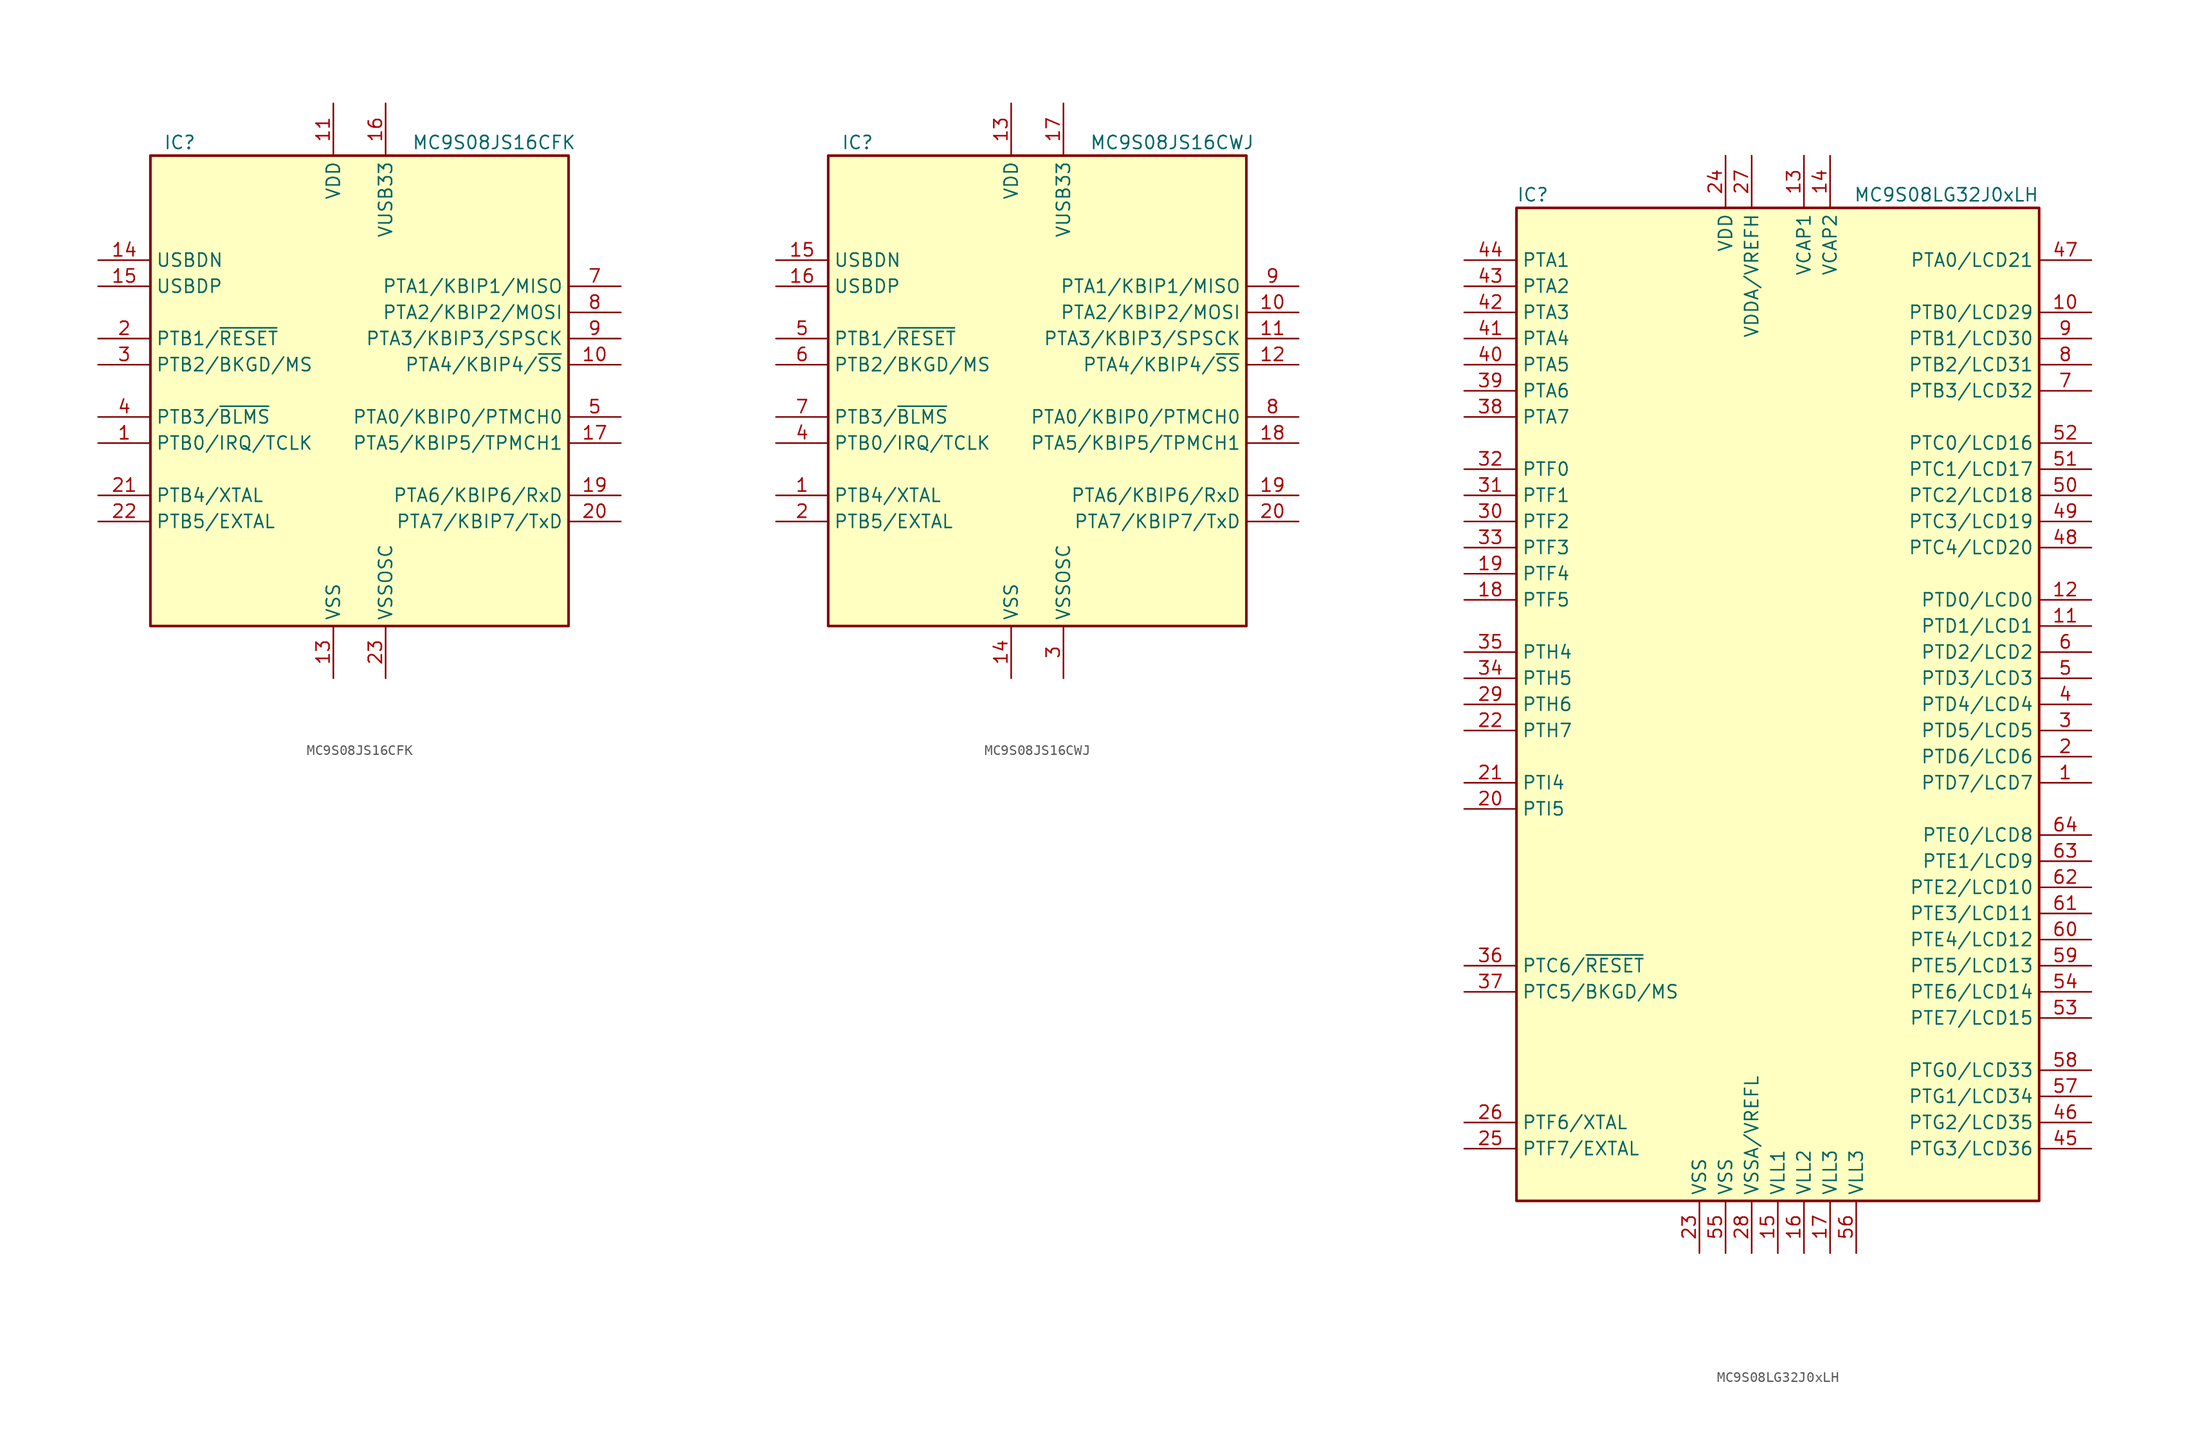
<source format=kicad_sym>
(kicad_symbol_lib
  (version 20231120)
  (generator "kicad_symbol_editor")
  (generator_version "8.0")
  (symbol "MC9S08JS16CFK"
    (property "Reference" "IC"
      (at -19.05 24.13 0)
      (effects (font (size 1.27 1.27)) (justify left)))
    (property "Value" "MC9S08JS16CFK"
      (at 5.08 24.13 0)
      (effects (font (size 1.27 1.27)) (justify left)))
    (symbol "MC9S08JS16CFK_0_1"
      (rectangle (start -20.32 22.86) (end 20.32 -22.86) (stroke (width 0.254) (type default)) (fill (type background))))
    (symbol "MC9S08JS16CFK_1_1"
      (pin bidirectional line (at -25.4 -5.08 0) (length 5.08) (name "PTB0/IRQ/TCLK" (effects (font (size 1.27 1.27)))) (number "1" (effects (font (size 1.27 1.27)))))
      (pin bidirectional line (at 25.4 2.54 180) (length 5.08) (name "PTA4/KBIP4/~{SS}" (effects (font (size 1.27 1.27)))) (number "10" (effects (font (size 1.27 1.27)))))
      (pin power_in line (at -2.54 27.94 270) (length 5.08) (name "VDD" (effects (font (size 1.27 1.27)))) (number "11" (effects (font (size 1.27 1.27)))))
      (pin power_in line (at -2.54 -27.94 90) (length 5.08) (name "VSS" (effects (font (size 1.27 1.27)))) (number "13" (effects (font (size 1.27 1.27)))))
      (pin bidirectional line (at -25.4 12.7 0) (length 5.08) (name "USBDN" (effects (font (size 1.27 1.27)))) (number "14" (effects (font (size 1.27 1.27)))))
      (pin bidirectional line (at -25.4 10.16 0) (length 5.08) (name "USBDP" (effects (font (size 1.27 1.27)))) (number "15" (effects (font (size 1.27 1.27)))))
      (pin power_out line (at 2.54 27.94 270) (length 5.08) (name "VUSB33" (effects (font (size 1.27 1.27)))) (number "16" (effects (font (size 1.27 1.27)))))
      (pin bidirectional line (at 25.4 -5.08 180) (length 5.08) (name "PTA5/KBIP5/TPMCH1" (effects (font (size 1.27 1.27)))) (number "17" (effects (font (size 1.27 1.27)))))
      (pin bidirectional line (at 25.4 -10.16 180) (length 5.08) (name "PTA6/KBIP6/RxD" (effects (font (size 1.27 1.27)))) (number "19" (effects (font (size 1.27 1.27)))))
      (pin bidirectional line (at -25.4 5.08 0) (length 5.08) (name "PTB1/~{RESET}" (effects (font (size 1.27 1.27)))) (number "2" (effects (font (size 1.27 1.27)))))
      (pin bidirectional line (at 25.4 -12.7 180) (length 5.08) (name "PTA7/KBIP7/TxD" (effects (font (size 1.27 1.27)))) (number "20" (effects (font (size 1.27 1.27)))))
      (pin bidirectional line (at -25.4 -10.16 0) (length 5.08) (name "PTB4/XTAL" (effects (font (size 1.27 1.27)))) (number "21" (effects (font (size 1.27 1.27)))))
      (pin bidirectional line (at -25.4 -12.7 0) (length 5.08) (name "PTB5/EXTAL" (effects (font (size 1.27 1.27)))) (number "22" (effects (font (size 1.27 1.27)))))
      (pin power_in line (at 2.54 -27.94 90) (length 5.08) (name "VSSOSC" (effects (font (size 1.27 1.27)))) (number "23" (effects (font (size 1.27 1.27)))))
      (pin bidirectional line (at -25.4 2.54 0) (length 5.08) (name "PTB2/BKGD/MS" (effects (font (size 1.27 1.27)))) (number "3" (effects (font (size 1.27 1.27)))))
      (pin bidirectional line (at -25.4 -2.54 0) (length 5.08) (name "PTB3/~{BLMS}" (effects (font (size 1.27 1.27)))) (number "4" (effects (font (size 1.27 1.27)))))
      (pin bidirectional line (at 25.4 -2.54 180) (length 5.08) (name "PTA0/KBIP0/PTMCH0" (effects (font (size 1.27 1.27)))) (number "5" (effects (font (size 1.27 1.27)))))
      (pin bidirectional line (at 25.4 10.16 180) (length 5.08) (name "PTA1/KBIP1/MISO" (effects (font (size 1.27 1.27)))) (number "7" (effects (font (size 1.27 1.27)))))
      (pin bidirectional line (at 25.4 7.62 180) (length 5.08) (name "PTA2/KBIP2/MOSI" (effects (font (size 1.27 1.27)))) (number "8" (effects (font (size 1.27 1.27)))))
      (pin bidirectional line (at 25.4 5.08 180) (length 5.08) (name "PTA3/KBIP3/SPSCK" (effects (font (size 1.27 1.27)))) (number "9" (effects (font (size 1.27 1.27)))))))
  (symbol "MC9S08JS16CWJ"
    (property "Reference" "IC"
      (at -19.05 24.13 0)
      (effects (font (size 1.27 1.27)) (justify left)))
    (property "Value" "MC9S08JS16CWJ"
      (at 5.08 24.13 0)
      (effects (font (size 1.27 1.27)) (justify left)))
    (symbol "MC9S08JS16CWJ_0_1"
      (rectangle (start -20.32 22.86) (end 20.32 -22.86) (stroke (width 0.254) (type default)) (fill (type background))))
    (symbol "MC9S08JS16CWJ_1_1"
      (pin bidirectional line (at -25.4 -10.16 0) (length 5.08) (name "PTB4/XTAL" (effects (font (size 1.27 1.27)))) (number "1" (effects (font (size 1.27 1.27)))))
      (pin bidirectional line (at 25.4 7.62 180) (length 5.08) (name "PTA2/KBIP2/MOSI" (effects (font (size 1.27 1.27)))) (number "10" (effects (font (size 1.27 1.27)))))
      (pin bidirectional line (at 25.4 5.08 180) (length 5.08) (name "PTA3/KBIP3/SPSCK" (effects (font (size 1.27 1.27)))) (number "11" (effects (font (size 1.27 1.27)))))
      (pin bidirectional line (at 25.4 2.54 180) (length 5.08) (name "PTA4/KBIP4/~{SS}" (effects (font (size 1.27 1.27)))) (number "12" (effects (font (size 1.27 1.27)))))
      (pin power_in line (at -2.54 27.94 270) (length 5.08) (name "VDD" (effects (font (size 1.27 1.27)))) (number "13" (effects (font (size 1.27 1.27)))))
      (pin power_in line (at -2.54 -27.94 90) (length 5.08) (name "VSS" (effects (font (size 1.27 1.27)))) (number "14" (effects (font (size 1.27 1.27)))))
      (pin bidirectional line (at -25.4 12.7 0) (length 5.08) (name "USBDN" (effects (font (size 1.27 1.27)))) (number "15" (effects (font (size 1.27 1.27)))))
      (pin bidirectional line (at -25.4 10.16 0) (length 5.08) (name "USBDP" (effects (font (size 1.27 1.27)))) (number "16" (effects (font (size 1.27 1.27)))))
      (pin power_out line (at 2.54 27.94 270) (length 5.08) (name "VUSB33" (effects (font (size 1.27 1.27)))) (number "17" (effects (font (size 1.27 1.27)))))
      (pin bidirectional line (at 25.4 -5.08 180) (length 5.08) (name "PTA5/KBIP5/TPMCH1" (effects (font (size 1.27 1.27)))) (number "18" (effects (font (size 1.27 1.27)))))
      (pin bidirectional line (at 25.4 -10.16 180) (length 5.08) (name "PTA6/KBIP6/RxD" (effects (font (size 1.27 1.27)))) (number "19" (effects (font (size 1.27 1.27)))))
      (pin bidirectional line (at -25.4 -12.7 0) (length 5.08) (name "PTB5/EXTAL" (effects (font (size 1.27 1.27)))) (number "2" (effects (font (size 1.27 1.27)))))
      (pin bidirectional line (at 25.4 -12.7 180) (length 5.08) (name "PTA7/KBIP7/TxD" (effects (font (size 1.27 1.27)))) (number "20" (effects (font (size 1.27 1.27)))))
      (pin power_in line (at 2.54 -27.94 90) (length 5.08) (name "VSSOSC" (effects (font (size 1.27 1.27)))) (number "3" (effects (font (size 1.27 1.27)))))
      (pin bidirectional line (at -25.4 -5.08 0) (length 5.08) (name "PTB0/IRQ/TCLK" (effects (font (size 1.27 1.27)))) (number "4" (effects (font (size 1.27 1.27)))))
      (pin bidirectional line (at -25.4 5.08 0) (length 5.08) (name "PTB1/~{RESET}" (effects (font (size 1.27 1.27)))) (number "5" (effects (font (size 1.27 1.27)))))
      (pin bidirectional line (at -25.4 2.54 0) (length 5.08) (name "PTB2/BKGD/MS" (effects (font (size 1.27 1.27)))) (number "6" (effects (font (size 1.27 1.27)))))
      (pin bidirectional line (at -25.4 -2.54 0) (length 5.08) (name "PTB3/~{BLMS}" (effects (font (size 1.27 1.27)))) (number "7" (effects (font (size 1.27 1.27)))))
      (pin bidirectional line (at 25.4 -2.54 180) (length 5.08) (name "PTA0/KBIP0/PTMCH0" (effects (font (size 1.27 1.27)))) (number "8" (effects (font (size 1.27 1.27)))))
      (pin bidirectional line (at 25.4 10.16 180) (length 5.08) (name "PTA1/KBIP1/MISO" (effects (font (size 1.27 1.27)))) (number "9" (effects (font (size 1.27 1.27)))))))
  (symbol "MC9S08LG32J0xLH"
    (property "Reference" "IC"
      (at -25.4 49.53 0)
      (effects (font (size 1.27 1.27)) (justify left)))
    (property "Value" "MC9S08LG32J0xLH"
      (at 25.4 49.53 0)
      (effects (font (size 1.27 1.27)) (justify right)))
    (symbol "MC9S08LG32J0xLH_0_1"
      (rectangle (start -25.4 48.26) (end 25.4 -48.26) (stroke (width 0.254) (type default)) (fill (type background))))
    (symbol "MC9S08LG32J0xLH_1_1"
      (pin bidirectional line (at 30.48 -7.62 180) (length 5.08) (name "PTD7/LCD7" (effects (font (size 1.27 1.27)))) (number "1" (effects (font (size 1.27 1.27)))))
      (pin bidirectional line (at 30.48 38.1 180) (length 5.08) (name "PTB0/LCD29" (effects (font (size 1.27 1.27)))) (number "10" (effects (font (size 1.27 1.27)))))
      (pin bidirectional line (at 30.48 7.62 180) (length 5.08) (name "PTD1/LCD1" (effects (font (size 1.27 1.27)))) (number "11" (effects (font (size 1.27 1.27)))))
      (pin bidirectional line (at 30.48 10.16 180) (length 5.08) (name "PTD0/LCD0" (effects (font (size 1.27 1.27)))) (number "12" (effects (font (size 1.27 1.27)))))
      (pin power_in line (at 2.54 53.34 270) (length 5.08) (name "VCAP1" (effects (font (size 1.27 1.27)))) (number "13" (effects (font (size 1.27 1.27)))))
      (pin power_in line (at 5.08 53.34 270) (length 5.08) (name "VCAP2" (effects (font (size 1.27 1.27)))) (number "14" (effects (font (size 1.27 1.27)))))
      (pin power_in line (at 0 -53.34 90) (length 5.08) (name "VLL1" (effects (font (size 1.27 1.27)))) (number "15" (effects (font (size 1.27 1.27)))))
      (pin power_in line (at 2.54 -53.34 90) (length 5.08) (name "VLL2" (effects (font (size 1.27 1.27)))) (number "16" (effects (font (size 1.27 1.27)))))
      (pin power_in line (at 5.08 -53.34 90) (length 5.08) (name "VLL3" (effects (font (size 1.27 1.27)))) (number "17" (effects (font (size 1.27 1.27)))))
      (pin bidirectional line (at -30.48 10.16 0) (length 5.08) (name "PTF5" (effects (font (size 1.27 1.27)))) (number "18" (effects (font (size 1.27 1.27)))))
      (pin bidirectional line (at -30.48 12.7 0) (length 5.08) (name "PTF4" (effects (font (size 1.27 1.27)))) (number "19" (effects (font (size 1.27 1.27)))))
      (pin bidirectional line (at 30.48 -5.08 180) (length 5.08) (name "PTD6/LCD6" (effects (font (size 1.27 1.27)))) (number "2" (effects (font (size 1.27 1.27)))))
      (pin bidirectional line (at -30.48 -10.16 0) (length 5.08) (name "PTI5" (effects (font (size 1.27 1.27)))) (number "20" (effects (font (size 1.27 1.27)))))
      (pin bidirectional line (at -30.48 -7.62 0) (length 5.08) (name "PTI4" (effects (font (size 1.27 1.27)))) (number "21" (effects (font (size 1.27 1.27)))))
      (pin bidirectional line (at -30.48 -2.54 0) (length 5.08) (name "PTH7" (effects (font (size 1.27 1.27)))) (number "22" (effects (font (size 1.27 1.27)))))
      (pin power_in line (at -7.62 -53.34 90) (length 5.08) (name "VSS" (effects (font (size 1.27 1.27)))) (number "23" (effects (font (size 1.27 1.27)))))
      (pin power_in line (at -5.08 53.34 270) (length 5.08) (name "VDD" (effects (font (size 1.27 1.27)))) (number "24" (effects (font (size 1.27 1.27)))))
      (pin bidirectional line (at -30.48 -43.18 0) (length 5.08) (name "PTF7/EXTAL" (effects (font (size 1.27 1.27)))) (number "25" (effects (font (size 1.27 1.27)))))
      (pin bidirectional line (at -30.48 -40.64 0) (length 5.08) (name "PTF6/XTAL" (effects (font (size 1.27 1.27)))) (number "26" (effects (font (size 1.27 1.27)))))
      (pin power_in line (at -2.54 53.34 270) (length 5.08) (name "VDDA/VREFH" (effects (font (size 1.27 1.27)))) (number "27" (effects (font (size 1.27 1.27)))))
      (pin power_in line (at -2.54 -53.34 90) (length 5.08) (name "VSSA/VREFL" (effects (font (size 1.27 1.27)))) (number "28" (effects (font (size 1.27 1.27)))))
      (pin bidirectional line (at -30.48 0 0) (length 5.08) (name "PTH6" (effects (font (size 1.27 1.27)))) (number "29" (effects (font (size 1.27 1.27)))))
      (pin bidirectional line (at 30.48 -2.54 180) (length 5.08) (name "PTD5/LCD5" (effects (font (size 1.27 1.27)))) (number "3" (effects (font (size 1.27 1.27)))))
      (pin bidirectional line (at -30.48 17.78 0) (length 5.08) (name "PTF2" (effects (font (size 1.27 1.27)))) (number "30" (effects (font (size 1.27 1.27)))))
      (pin bidirectional line (at -30.48 20.32 0) (length 5.08) (name "PTF1" (effects (font (size 1.27 1.27)))) (number "31" (effects (font (size 1.27 1.27)))))
      (pin bidirectional line (at -30.48 22.86 0) (length 5.08) (name "PTF0" (effects (font (size 1.27 1.27)))) (number "32" (effects (font (size 1.27 1.27)))))
      (pin bidirectional line (at -30.48 15.24 0) (length 5.08) (name "PTF3" (effects (font (size 1.27 1.27)))) (number "33" (effects (font (size 1.27 1.27)))))
      (pin bidirectional line (at -30.48 2.54 0) (length 5.08) (name "PTH5" (effects (font (size 1.27 1.27)))) (number "34" (effects (font (size 1.27 1.27)))))
      (pin bidirectional line (at -30.48 5.08 0) (length 5.08) (name "PTH4" (effects (font (size 1.27 1.27)))) (number "35" (effects (font (size 1.27 1.27)))))
      (pin bidirectional line (at -30.48 -25.4 0) (length 5.08) (name "PTC6/~{RESET}" (effects (font (size 1.27 1.27)))) (number "36" (effects (font (size 1.27 1.27)))))
      (pin bidirectional line (at -30.48 -27.94 0) (length 5.08) (name "PTC5/BKGD/MS" (effects (font (size 1.27 1.27)))) (number "37" (effects (font (size 1.27 1.27)))))
      (pin bidirectional line (at -30.48 27.94 0) (length 5.08) (name "PTA7" (effects (font (size 1.27 1.27)))) (number "38" (effects (font (size 1.27 1.27)))))
      (pin bidirectional line (at -30.48 30.48 0) (length 5.08) (name "PTA6" (effects (font (size 1.27 1.27)))) (number "39" (effects (font (size 1.27 1.27)))))
      (pin bidirectional line (at 30.48 0 180) (length 5.08) (name "PTD4/LCD4" (effects (font (size 1.27 1.27)))) (number "4" (effects (font (size 1.27 1.27)))))
      (pin bidirectional line (at -30.48 33.02 0) (length 5.08) (name "PTA5" (effects (font (size 1.27 1.27)))) (number "40" (effects (font (size 1.27 1.27)))))
      (pin bidirectional line (at -30.48 35.56 0) (length 5.08) (name "PTA4" (effects (font (size 1.27 1.27)))) (number "41" (effects (font (size 1.27 1.27)))))
      (pin bidirectional line (at -30.48 38.1 0) (length 5.08) (name "PTA3" (effects (font (size 1.27 1.27)))) (number "42" (effects (font (size 1.27 1.27)))))
      (pin bidirectional line (at -30.48 40.64 0) (length 5.08) (name "PTA2" (effects (font (size 1.27 1.27)))) (number "43" (effects (font (size 1.27 1.27)))))
      (pin bidirectional line (at -30.48 43.18 0) (length 5.08) (name "PTA1" (effects (font (size 1.27 1.27)))) (number "44" (effects (font (size 1.27 1.27)))))
      (pin bidirectional line (at 30.48 -43.18 180) (length 5.08) (name "PTG3/LCD36" (effects (font (size 1.27 1.27)))) (number "45" (effects (font (size 1.27 1.27)))))
      (pin bidirectional line (at 30.48 -40.64 180) (length 5.08) (name "PTG2/LCD35" (effects (font (size 1.27 1.27)))) (number "46" (effects (font (size 1.27 1.27)))))
      (pin bidirectional line (at 30.48 43.18 180) (length 5.08) (name "PTA0/LCD21" (effects (font (size 1.27 1.27)))) (number "47" (effects (font (size 1.27 1.27)))))
      (pin bidirectional line (at 30.48 15.24 180) (length 5.08) (name "PTC4/LCD20" (effects (font (size 1.27 1.27)))) (number "48" (effects (font (size 1.27 1.27)))))
      (pin bidirectional line (at 30.48 17.78 180) (length 5.08) (name "PTC3/LCD19" (effects (font (size 1.27 1.27)))) (number "49" (effects (font (size 1.27 1.27)))))
      (pin bidirectional line (at 30.48 2.54 180) (length 5.08) (name "PTD3/LCD3" (effects (font (size 1.27 1.27)))) (number "5" (effects (font (size 1.27 1.27)))))
      (pin bidirectional line (at 30.48 20.32 180) (length 5.08) (name "PTC2/LCD18" (effects (font (size 1.27 1.27)))) (number "50" (effects (font (size 1.27 1.27)))))
      (pin bidirectional line (at 30.48 22.86 180) (length 5.08) (name "PTC1/LCD17" (effects (font (size 1.27 1.27)))) (number "51" (effects (font (size 1.27 1.27)))))
      (pin bidirectional line (at 30.48 25.4 180) (length 5.08) (name "PTC0/LCD16" (effects (font (size 1.27 1.27)))) (number "52" (effects (font (size 1.27 1.27)))))
      (pin bidirectional line (at 30.48 -30.48 180) (length 5.08) (name "PTE7/LCD15" (effects (font (size 1.27 1.27)))) (number "53" (effects (font (size 1.27 1.27)))))
      (pin bidirectional line (at 30.48 -27.94 180) (length 5.08) (name "PTE6/LCD14" (effects (font (size 1.27 1.27)))) (number "54" (effects (font (size 1.27 1.27)))))
      (pin power_in line (at -5.08 -53.34 90) (length 5.08) (name "VSS" (effects (font (size 1.27 1.27)))) (number "55" (effects (font (size 1.27 1.27)))))
      (pin power_in line (at 7.62 -53.34 90) (length 5.08) (name "VLL3" (effects (font (size 1.27 1.27)))) (number "56" (effects (font (size 1.27 1.27)))))
      (pin bidirectional line (at 30.48 -38.1 180) (length 5.08) (name "PTG1/LCD34" (effects (font (size 1.27 1.27)))) (number "57" (effects (font (size 1.27 1.27)))))
      (pin bidirectional line (at 30.48 -35.56 180) (length 5.08) (name "PTG0/LCD33" (effects (font (size 1.27 1.27)))) (number "58" (effects (font (size 1.27 1.27)))))
      (pin bidirectional line (at 30.48 -25.4 180) (length 5.08) (name "PTE5/LCD13" (effects (font (size 1.27 1.27)))) (number "59" (effects (font (size 1.27 1.27)))))
      (pin bidirectional line (at 30.48 5.08 180) (length 5.08) (name "PTD2/LCD2" (effects (font (size 1.27 1.27)))) (number "6" (effects (font (size 1.27 1.27)))))
      (pin bidirectional line (at 30.48 -22.86 180) (length 5.08) (name "PTE4/LCD12" (effects (font (size 1.27 1.27)))) (number "60" (effects (font (size 1.27 1.27)))))
      (pin bidirectional line (at 30.48 -20.32 180) (length 5.08) (name "PTE3/LCD11" (effects (font (size 1.27 1.27)))) (number "61" (effects (font (size 1.27 1.27)))))
      (pin bidirectional line (at 30.48 -17.78 180) (length 5.08) (name "PTE2/LCD10" (effects (font (size 1.27 1.27)))) (number "62" (effects (font (size 1.27 1.27)))))
      (pin bidirectional line (at 30.48 -15.24 180) (length 5.08) (name "PTE1/LCD9" (effects (font (size 1.27 1.27)))) (number "63" (effects (font (size 1.27 1.27)))))
      (pin bidirectional line (at 30.48 -12.7 180) (length 5.08) (name "PTE0/LCD8" (effects (font (size 1.27 1.27)))) (number "64" (effects (font (size 1.27 1.27)))))
      (pin bidirectional line (at 30.48 30.48 180) (length 5.08) (name "PTB3/LCD32" (effects (font (size 1.27 1.27)))) (number "7" (effects (font (size 1.27 1.27)))))
      (pin bidirectional line (at 30.48 33.02 180) (length 5.08) (name "PTB2/LCD31" (effects (font (size 1.27 1.27)))) (number "8" (effects (font (size 1.27 1.27)))))
      (pin bidirectional line (at 30.48 35.56 180) (length 5.08) (name "PTB1/LCD30" (effects (font (size 1.27 1.27)))) (number "9" (effects (font (size 1.27 1.27))))))))
</source>
